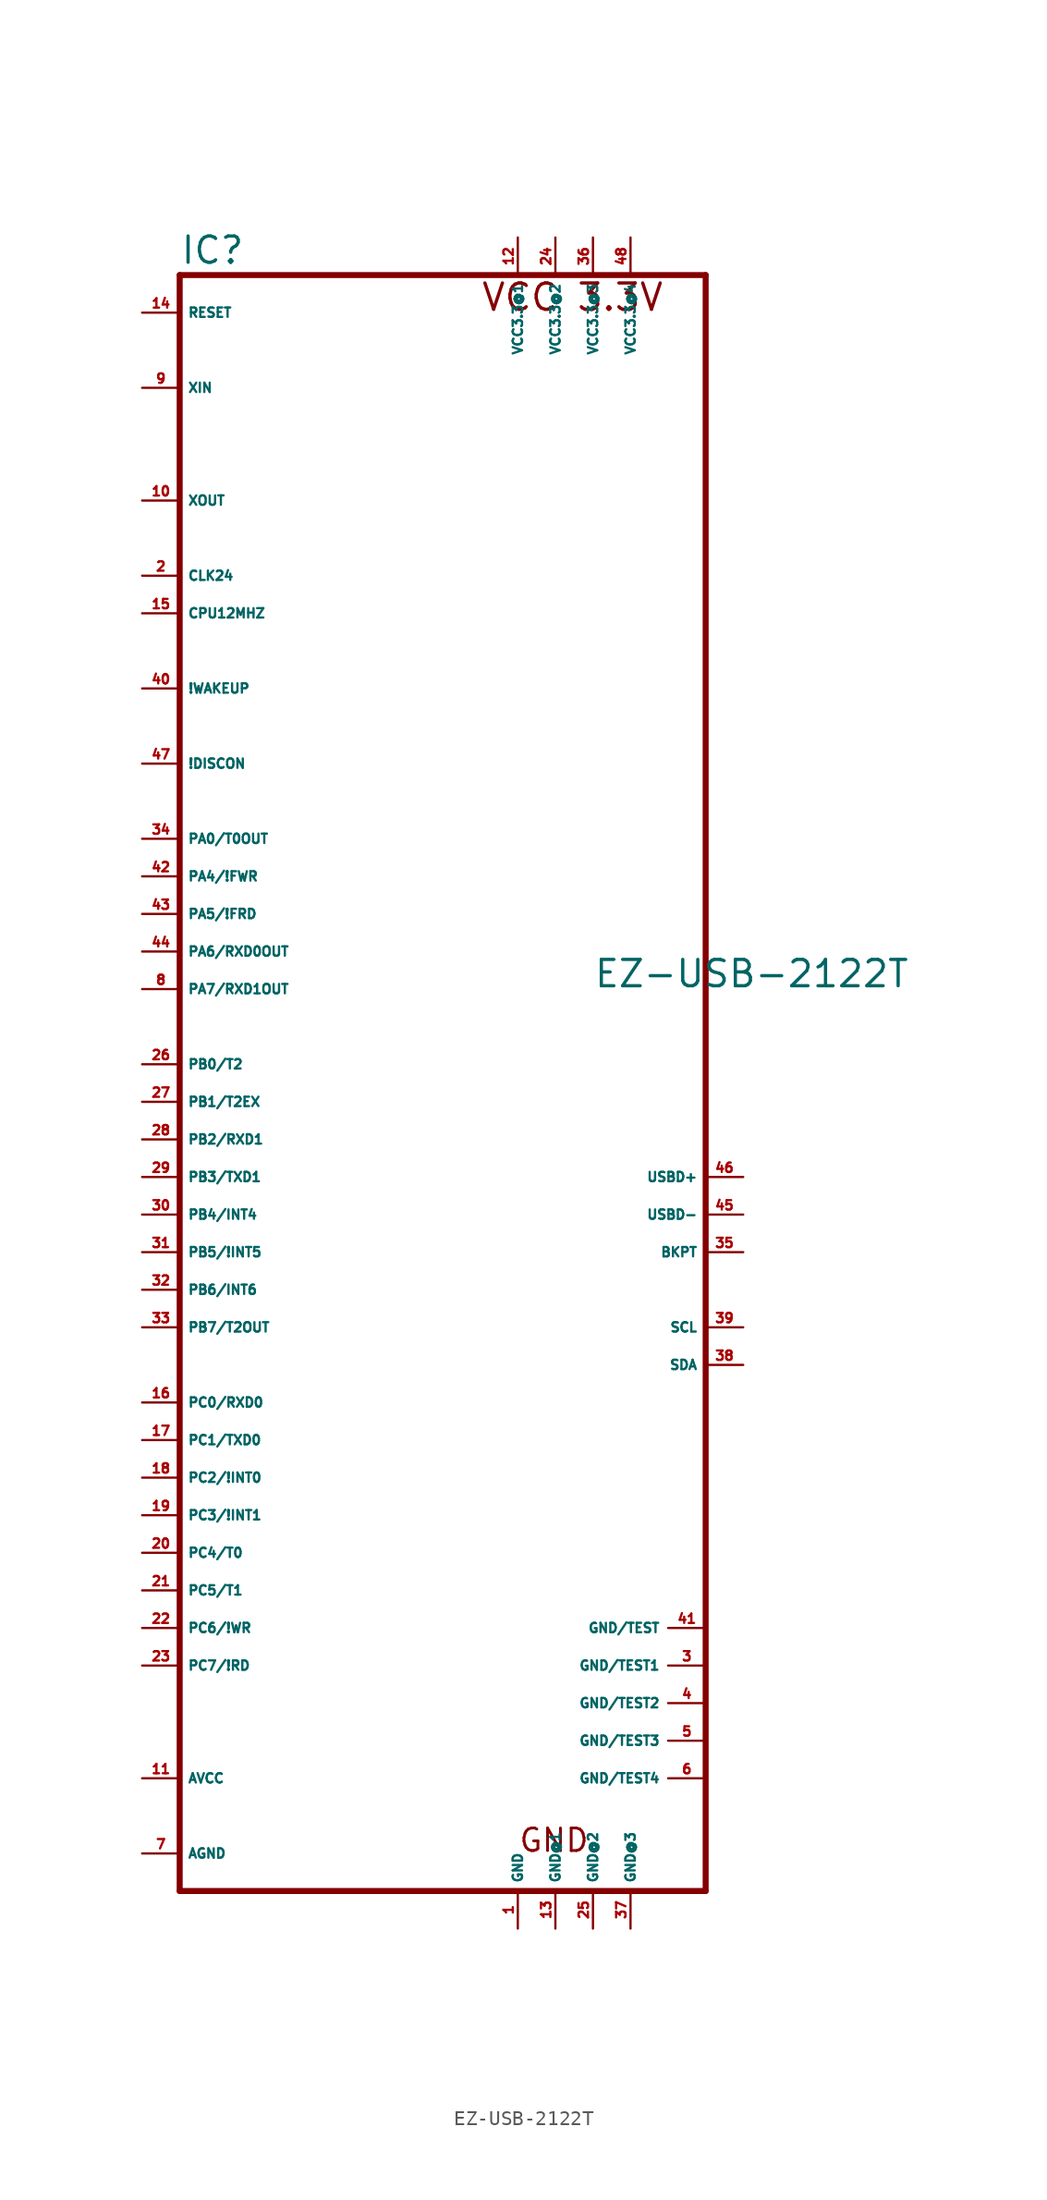
<source format=kicad_sym>
(kicad_symbol_lib
  (version 20220914)
  (generator Eagle2Kicad)
  (symbol "EZ-USB-2122T"
    (property "Reference" "IC"
      (at -17.78 56.515 0)
      (effects (font (size 1.778 1.778) (thickness 0.22)) (justify left bottom)))
    (property "Value" "EZ-USB-2122T"
      (at 10.16 7.62 0)
      (effects (font (size 1.778 1.778) (thickness 0.22)) (justify left bottom)))
    (polyline
      (pts (xy 17.78 55.88) (xy 17.78 -53.34))
      (stroke (width 0.406) (type default))
      (fill (type none)))
    (polyline
      (pts (xy -17.78 -53.34) (xy 17.78 -53.34))
      (stroke (width 0.406) (type default))
      (fill (type none)))
    (polyline
      (pts (xy -17.78 -53.34) (xy -17.78 55.88))
      (stroke (width 0.406) (type default))
      (fill (type none)))
    (polyline
      (pts (xy 17.78 55.88) (xy -17.78 55.88))
      (stroke (width 0.406) (type default))
      (fill (type none)))
    (text "VCC 3.3V"
      (at 2.54 53.34 0)
      (effects (font (size 1.778 1.778) (thickness 0.22)) (justify left bottom)))
    (text "GND"
      (at 5.08 -50.8 0)
      (effects (font (size 1.524 1.524) (thickness 0.19)) (justify left bottom)))
    (pin output line
      (at -20.32 40.64 0)
      (length 2.54)
      (name "XOUT" (effects (font (size 0.635 0.635) (thickness 0.08)) (justify left bottom)))
      (number "10" (effects (font (size 0.635 0.635) (thickness 0.08)) (justify left bottom))))
    (pin input line
      (at -20.32 48.26 0)
      (length 2.54)
      (name "XIN" (effects (font (size 0.635 0.635) (thickness 0.08)) (justify left bottom)))
      (number "9" (effects (font (size 0.635 0.635) (thickness 0.08)) (justify left bottom))))
    (pin open_collector line
      (at 20.32 -15.24 180)
      (length 2.54)
      (name "SCL" (effects (font (size 0.635 0.635) (thickness 0.08)) (justify left bottom)))
      (number "39" (effects (font (size 0.635 0.635) (thickness 0.08)) (justify left bottom))))
    (pin open_collector line
      (at 20.32 -17.78 180)
      (length 2.54)
      (name "SDA" (effects (font (size 0.635 0.635) (thickness 0.08)) (justify left bottom)))
      (number "38" (effects (font (size 0.635 0.635) (thickness 0.08)) (justify left bottom))))
    (pin input line
      (at -20.32 53.34 0)
      (length 2.54)
      (name "RESET" (effects (font (size 0.635 0.635) (thickness 0.08)) (justify left bottom)))
      (number "14" (effects (font (size 0.635 0.635) (thickness 0.08)) (justify left bottom))))
    (pin bidirectional line
      (at -20.32 10.16 0)
      (length 2.54)
      (name "PA6/RXD0OUT" (effects (font (size 0.635 0.635) (thickness 0.08)) (justify left bottom)))
      (number "44" (effects (font (size 0.635 0.635) (thickness 0.08)) (justify left bottom))))
    (pin bidirectional line
      (at -20.32 7.62 0)
      (length 2.54)
      (name "PA7/RXD1OUT" (effects (font (size 0.635 0.635) (thickness 0.08)) (justify left bottom)))
      (number "8" (effects (font (size 0.635 0.635) (thickness 0.08)) (justify left bottom))))
    (pin bidirectional line
      (at -20.32 2.54 0)
      (length 2.54)
      (name "PB0/T2" (effects (font (size 0.635 0.635) (thickness 0.08)) (justify left bottom)))
      (number "26" (effects (font (size 0.635 0.635) (thickness 0.08)) (justify left bottom))))
    (pin bidirectional line
      (at -20.32 0 0)
      (length 2.54)
      (name "PB1/T2EX" (effects (font (size 0.635 0.635) (thickness 0.08)) (justify left bottom)))
      (number "27" (effects (font (size 0.635 0.635) (thickness 0.08)) (justify left bottom))))
    (pin bidirectional line
      (at -20.32 -2.54 0)
      (length 2.54)
      (name "PB2/RXD1" (effects (font (size 0.635 0.635) (thickness 0.08)) (justify left bottom)))
      (number "28" (effects (font (size 0.635 0.635) (thickness 0.08)) (justify left bottom))))
    (pin bidirectional line
      (at -20.32 -5.08 0)
      (length 2.54)
      (name "PB3/TXD1" (effects (font (size 0.635 0.635) (thickness 0.08)) (justify left bottom)))
      (number "29" (effects (font (size 0.635 0.635) (thickness 0.08)) (justify left bottom))))
    (pin bidirectional line
      (at -20.32 -7.62 0)
      (length 2.54)
      (name "PB4/INT4" (effects (font (size 0.635 0.635) (thickness 0.08)) (justify left bottom)))
      (number "30" (effects (font (size 0.635 0.635) (thickness 0.08)) (justify left bottom))))
    (pin bidirectional line
      (at -20.32 -10.16 0)
      (length 2.54)
      (name "PB5/!INT5" (effects (font (size 0.635 0.635) (thickness 0.08)) (justify left bottom)))
      (number "31" (effects (font (size 0.635 0.635) (thickness 0.08)) (justify left bottom))))
    (pin bidirectional line
      (at -20.32 17.78 0)
      (length 2.54)
      (name "PA0/T0OUT" (effects (font (size 0.635 0.635) (thickness 0.08)) (justify left bottom)))
      (number "34" (effects (font (size 0.635 0.635) (thickness 0.08)) (justify left bottom))))
    (pin unspecified line
      (at -20.32 -45.72 0)
      (length 2.54)
      (name "AVCC" (effects (font (size 0.635 0.635) (thickness 0.08)) (justify left bottom)))
      (number "11" (effects (font (size 0.635 0.635) (thickness 0.08)) (justify left bottom))))
    (pin unspecified line
      (at -20.32 -50.8 0)
      (length 2.54)
      (name "AGND" (effects (font (size 0.635 0.635) (thickness 0.08)) (justify left bottom)))
      (number "7" (effects (font (size 0.635 0.635) (thickness 0.08)) (justify left bottom))))
    (pin output line
      (at -20.32 22.86 0)
      (length 2.54)
      (name "!DISCON" (effects (font (size 0.635 0.635) (thickness 0.08)) (justify left bottom)))
      (number "47" (effects (font (size 0.635 0.635) (thickness 0.08)) (justify left bottom))))
    (pin tri_state line
      (at 20.32 -5.08 180)
      (length 2.54)
      (name "USBD+" (effects (font (size 0.635 0.635) (thickness 0.08)) (justify left bottom)))
      (number "46" (effects (font (size 0.635 0.635) (thickness 0.08)) (justify left bottom))))
    (pin tri_state line
      (at 20.32 -7.62 180)
      (length 2.54)
      (name "USBD-" (effects (font (size 0.635 0.635) (thickness 0.08)) (justify left bottom)))
      (number "45" (effects (font (size 0.635 0.635) (thickness 0.08)) (justify left bottom))))
    (pin output line
      (at 20.32 -10.16 180)
      (length 2.54)
      (name "BKPT" (effects (font (size 0.635 0.635) (thickness 0.08)) (justify left bottom)))
      (number "35" (effects (font (size 0.635 0.635) (thickness 0.08)) (justify left bottom))))
    (pin bidirectional line
      (at -20.32 -12.7 0)
      (length 2.54)
      (name "PB6/INT6" (effects (font (size 0.635 0.635) (thickness 0.08)) (justify left bottom)))
      (number "32" (effects (font (size 0.635 0.635) (thickness 0.08)) (justify left bottom))))
    (pin bidirectional line
      (at -20.32 -15.24 0)
      (length 2.54)
      (name "PB7/T2OUT" (effects (font (size 0.635 0.635) (thickness 0.08)) (justify left bottom)))
      (number "33" (effects (font (size 0.635 0.635) (thickness 0.08)) (justify left bottom))))
    (pin bidirectional line
      (at -20.32 -20.32 0)
      (length 2.54)
      (name "PC0/RXD0" (effects (font (size 0.635 0.635) (thickness 0.08)) (justify left bottom)))
      (number "16" (effects (font (size 0.635 0.635) (thickness 0.08)) (justify left bottom))))
    (pin bidirectional line
      (at -20.32 -22.86 0)
      (length 2.54)
      (name "PC1/TXD0" (effects (font (size 0.635 0.635) (thickness 0.08)) (justify left bottom)))
      (number "17" (effects (font (size 0.635 0.635) (thickness 0.08)) (justify left bottom))))
    (pin bidirectional line
      (at -20.32 -25.4 0)
      (length 2.54)
      (name "PC2/!INT0" (effects (font (size 0.635 0.635) (thickness 0.08)) (justify left bottom)))
      (number "18" (effects (font (size 0.635 0.635) (thickness 0.08)) (justify left bottom))))
    (pin bidirectional line
      (at -20.32 -27.94 0)
      (length 2.54)
      (name "PC3/!INT1" (effects (font (size 0.635 0.635) (thickness 0.08)) (justify left bottom)))
      (number "19" (effects (font (size 0.635 0.635) (thickness 0.08)) (justify left bottom))))
    (pin bidirectional line
      (at -20.32 -30.48 0)
      (length 2.54)
      (name "PC4/T0" (effects (font (size 0.635 0.635) (thickness 0.08)) (justify left bottom)))
      (number "20" (effects (font (size 0.635 0.635) (thickness 0.08)) (justify left bottom))))
    (pin bidirectional line
      (at -20.32 -33.02 0)
      (length 2.54)
      (name "PC5/T1" (effects (font (size 0.635 0.635) (thickness 0.08)) (justify left bottom)))
      (number "21" (effects (font (size 0.635 0.635) (thickness 0.08)) (justify left bottom))))
    (pin bidirectional line
      (at -20.32 -35.56 0)
      (length 2.54)
      (name "PC6/!WR" (effects (font (size 0.635 0.635) (thickness 0.08)) (justify left bottom)))
      (number "22" (effects (font (size 0.635 0.635) (thickness 0.08)) (justify left bottom))))
    (pin bidirectional line
      (at -20.32 -38.1 0)
      (length 2.54)
      (name "PC7/!RD" (effects (font (size 0.635 0.635) (thickness 0.08)) (justify left bottom)))
      (number "23" (effects (font (size 0.635 0.635) (thickness 0.08)) (justify left bottom))))
    (pin output line
      (at -20.32 35.56 0)
      (length 2.54)
      (name "CLK24" (effects (font (size 0.635 0.635) (thickness 0.08)) (justify left bottom)))
      (number "2" (effects (font (size 0.635 0.635) (thickness 0.08)) (justify left bottom))))
    (pin input line
      (at -20.32 27.94 0)
      (length 2.54)
      (name "!WAKEUP" (effects (font (size 0.635 0.635) (thickness 0.08)) (justify left bottom)))
      (number "40" (effects (font (size 0.635 0.635) (thickness 0.08)) (justify left bottom))))
    (pin input line
      (at -20.32 33.02 0)
      (length 2.54)
      (name "CPU12MHZ" (effects (font (size 0.635 0.635) (thickness 0.08)) (justify left bottom)))
      (number "15" (effects (font (size 0.635 0.635) (thickness 0.08)) (justify left bottom))))
    (pin unspecified line
      (at 5.08 58.42 270)
      (length 2.54)
      (name "VCC3.3@1" (effects (font (size 0.635 0.635) (thickness 0.08)) (justify left bottom)))
      (number "12" (effects (font (size 0.635 0.635) (thickness 0.08)) (justify left bottom))))
    (pin unspecified line
      (at 7.62 58.42 270)
      (length 2.54)
      (name "VCC3.3@2" (effects (font (size 0.635 0.635) (thickness 0.08)) (justify left bottom)))
      (number "24" (effects (font (size 0.635 0.635) (thickness 0.08)) (justify left bottom))))
    (pin unspecified line
      (at 10.16 58.42 270)
      (length 2.54)
      (name "VCC3.3@3" (effects (font (size 0.635 0.635) (thickness 0.08)) (justify left bottom)))
      (number "36" (effects (font (size 0.635 0.635) (thickness 0.08)) (justify left bottom))))
    (pin unspecified line
      (at 12.7 58.42 270)
      (length 2.54)
      (name "VCC3.3@4" (effects (font (size 0.635 0.635) (thickness 0.08)) (justify left bottom)))
      (number "48" (effects (font (size 0.635 0.635) (thickness 0.08)) (justify left bottom))))
    (pin unspecified line
      (at 5.08 -55.88 90)
      (length 2.54)
      (name "GND" (effects (font (size 0.635 0.635) (thickness 0.08)) (justify left bottom)))
      (number "1" (effects (font (size 0.635 0.635) (thickness 0.08)) (justify left bottom))))
    (pin unspecified line
      (at 7.62 -55.88 90)
      (length 2.54)
      (name "GND@1" (effects (font (size 0.635 0.635) (thickness 0.08)) (justify left bottom)))
      (number "13" (effects (font (size 0.635 0.635) (thickness 0.08)) (justify left bottom))))
    (pin unspecified line
      (at 10.16 -55.88 90)
      (length 2.54)
      (name "GND@2" (effects (font (size 0.635 0.635) (thickness 0.08)) (justify left bottom)))
      (number "25" (effects (font (size 0.635 0.635) (thickness 0.08)) (justify left bottom))))
    (pin unspecified line
      (at 12.7 -55.88 90)
      (length 2.54)
      (name "GND@3" (effects (font (size 0.635 0.635) (thickness 0.08)) (justify left bottom)))
      (number "37" (effects (font (size 0.635 0.635) (thickness 0.08)) (justify left bottom))))
    (pin unspecified line
      (at 17.78 -35.56 180)
      (length 2.54)
      (name "GND/TEST" (effects (font (size 0.635 0.635) (thickness 0.08)) (justify left bottom)))
      (number "41" (effects (font (size 0.635 0.635) (thickness 0.08)) (justify left bottom))))
    (pin unspecified line
      (at 17.78 -38.1 180)
      (length 2.54)
      (name "GND/TEST1" (effects (font (size 0.635 0.635) (thickness 0.08)) (justify left bottom)))
      (number "3" (effects (font (size 0.635 0.635) (thickness 0.08)) (justify left bottom))))
    (pin unspecified line
      (at 17.78 -40.64 180)
      (length 2.54)
      (name "GND/TEST2" (effects (font (size 0.635 0.635) (thickness 0.08)) (justify left bottom)))
      (number "4" (effects (font (size 0.635 0.635) (thickness 0.08)) (justify left bottom))))
    (pin unspecified line
      (at 17.78 -43.18 180)
      (length 2.54)
      (name "GND/TEST3" (effects (font (size 0.635 0.635) (thickness 0.08)) (justify left bottom)))
      (number "5" (effects (font (size 0.635 0.635) (thickness 0.08)) (justify left bottom))))
    (pin unspecified line
      (at 17.78 -45.72 180)
      (length 2.54)
      (name "GND/TEST4" (effects (font (size 0.635 0.635) (thickness 0.08)) (justify left bottom)))
      (number "6" (effects (font (size 0.635 0.635) (thickness 0.08)) (justify left bottom))))
    (pin bidirectional line
      (at -20.32 15.24 0)
      (length 2.54)
      (name "PA4/!FWR" (effects (font (size 0.635 0.635) (thickness 0.08)) (justify left bottom)))
      (number "42" (effects (font (size 0.635 0.635) (thickness 0.08)) (justify left bottom))))
    (pin bidirectional line
      (at -20.32 12.7 0)
      (length 2.54)
      (name "PA5/!FRD" (effects (font (size 0.635 0.635) (thickness 0.08)) (justify left bottom)))
      (number "43" (effects (font (size 0.635 0.635) (thickness 0.08)) (justify left bottom))))))
</source>
